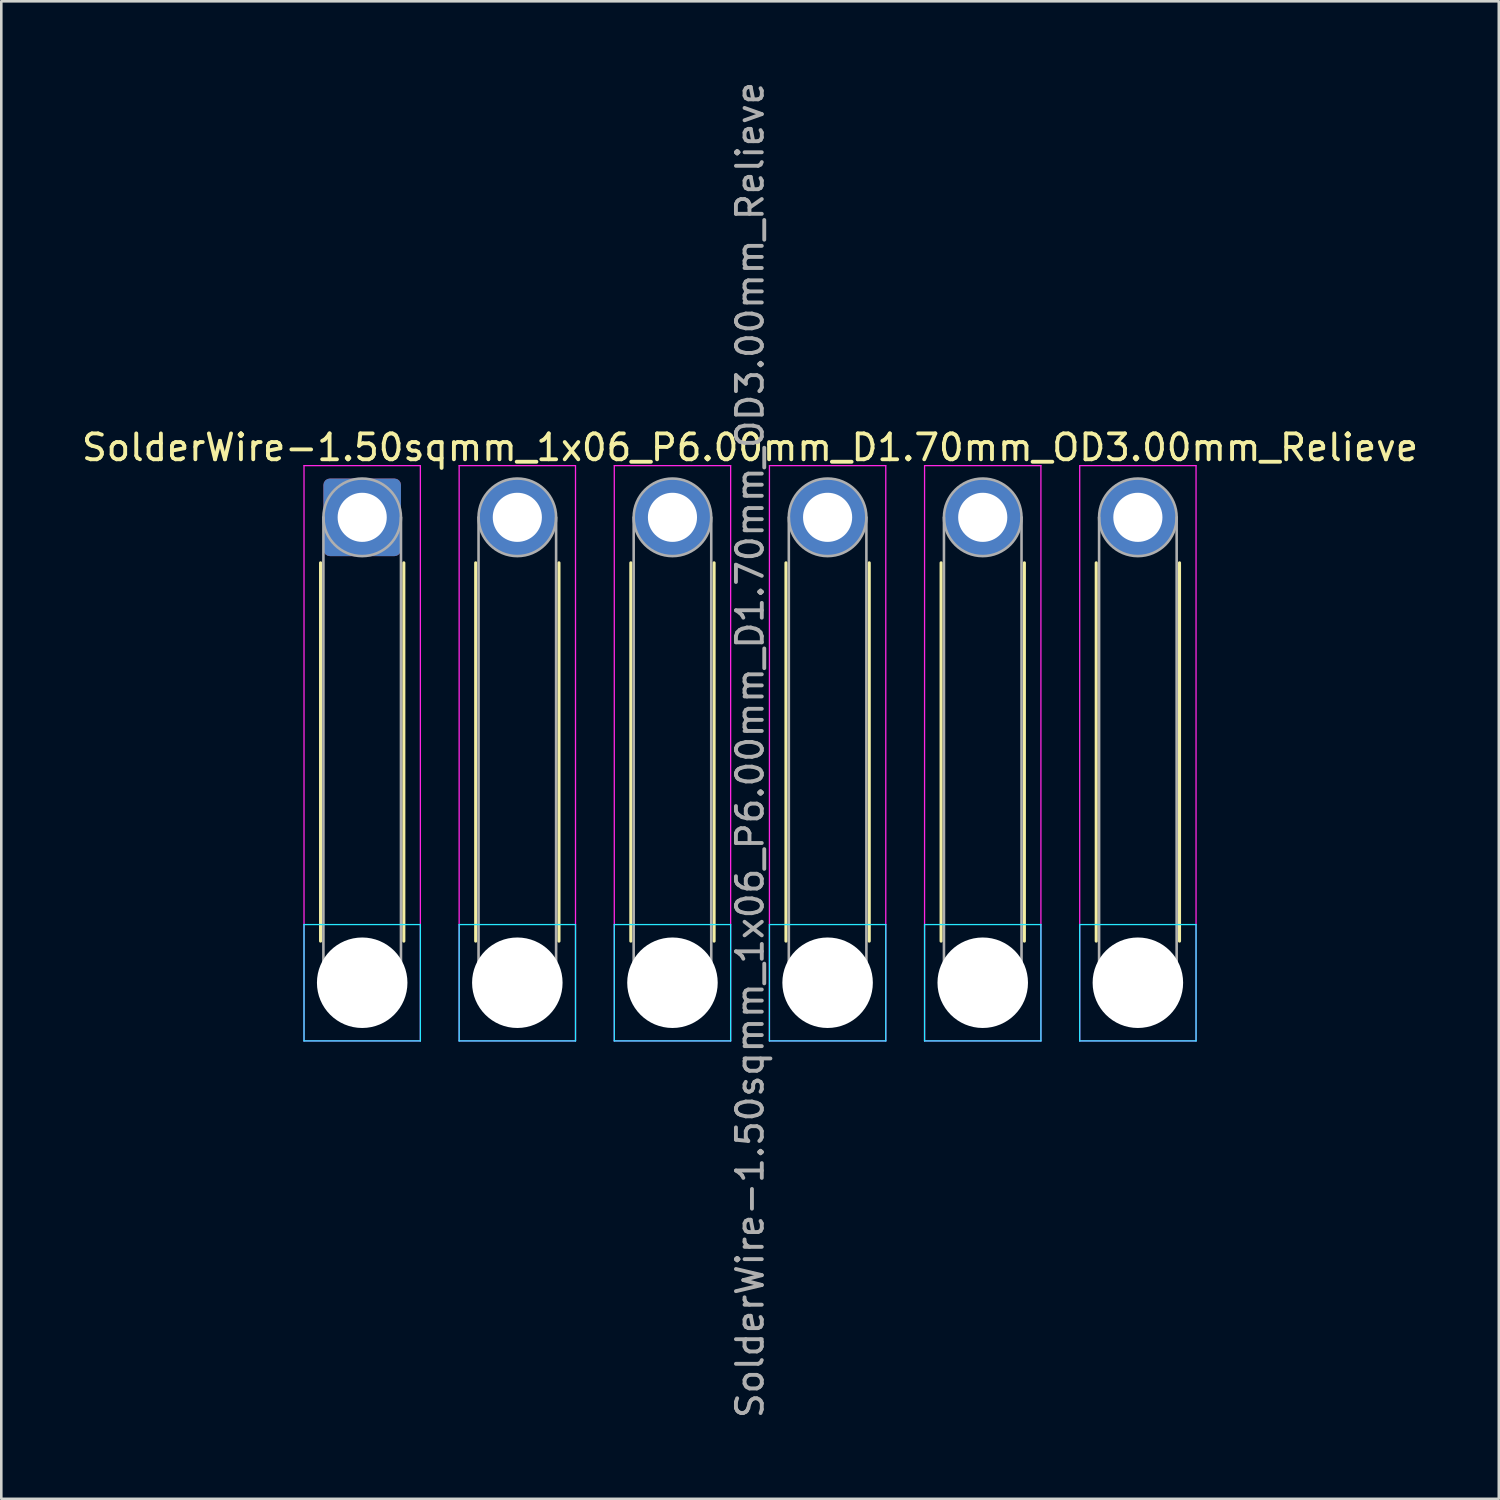
<source format=kicad_pcb>
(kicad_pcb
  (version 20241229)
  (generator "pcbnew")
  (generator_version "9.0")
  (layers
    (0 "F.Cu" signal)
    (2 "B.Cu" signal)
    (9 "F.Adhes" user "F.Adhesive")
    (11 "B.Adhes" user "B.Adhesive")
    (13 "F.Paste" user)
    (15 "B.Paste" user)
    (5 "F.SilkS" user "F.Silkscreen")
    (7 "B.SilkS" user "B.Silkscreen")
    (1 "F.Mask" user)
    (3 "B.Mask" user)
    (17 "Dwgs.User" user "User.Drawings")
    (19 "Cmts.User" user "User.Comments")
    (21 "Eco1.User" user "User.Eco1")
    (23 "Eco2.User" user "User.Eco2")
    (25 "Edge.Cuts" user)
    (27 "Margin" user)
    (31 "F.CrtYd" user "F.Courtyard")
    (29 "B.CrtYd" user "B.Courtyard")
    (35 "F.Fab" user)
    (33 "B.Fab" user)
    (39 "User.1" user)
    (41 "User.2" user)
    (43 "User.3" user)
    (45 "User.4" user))
  (footprint "SolderWire-1.50sqmm_1x06_P6.00mm_D1.70mm_OD3.00mm_Relieve"
    (layer "F.Cu")
    (at 10.958 16.958)
    (property "Reference" "SolderWire-1.50sqmm_1x06_P6.00mm_D1.70mm_OD3.00mm_Relieve" (at 15 -2.7 0) (layer "F.SilkS") (effects (font (size 1 1) (thickness 0.15))))
    (attr exclude_from_pos_files exclude_from_bom)
    (fp_line (start -1.61 1.76) (end -1.61 16.39) (stroke (width 0.12) (type solid)) (layer "F.SilkS"))
    (fp_line (start 1.61 1.76) (end 1.61 16.39) (stroke (width 0.12) (type solid)) (layer "F.SilkS"))
    (fp_line (start 4.39 1.76) (end 4.39 16.39) (stroke (width 0.12) (type solid)) (layer "F.SilkS"))
    (fp_line (start 7.61 1.76) (end 7.61 16.39) (stroke (width 0.12) (type solid)) (layer "F.SilkS"))
    (fp_line (start 10.39 1.76) (end 10.39 16.39) (stroke (width 0.12) (type solid)) (layer "F.SilkS"))
    (fp_line (start 13.61 1.76) (end 13.61 16.39) (stroke (width 0.12) (type solid)) (layer "F.SilkS"))
    (fp_line (start 16.39 1.76) (end 16.39 16.39) (stroke (width 0.12) (type solid)) (layer "F.SilkS"))
    (fp_line (start 19.61 1.76) (end 19.61 16.39) (stroke (width 0.12) (type solid)) (layer "F.SilkS"))
    (fp_line (start 22.39 1.76) (end 22.39 16.39) (stroke (width 0.12) (type solid)) (layer "F.SilkS"))
    (fp_line (start 25.61 1.76) (end 25.61 16.39) (stroke (width 0.12) (type solid)) (layer "F.SilkS"))
    (fp_line (start 28.39 1.76) (end 28.39 16.39) (stroke (width 0.12) (type solid)) (layer "F.SilkS"))
    (fp_line (start 31.61 1.76) (end 31.61 16.39) (stroke (width 0.12) (type solid)) (layer "F.SilkS"))
    (fp_line (start -2.25 15.75) (end -2.25 20.25) (stroke (width 0.05) (type solid)) (layer "B.CrtYd"))
    (fp_line (start -2.25 20.25) (end 2.25 20.25) (stroke (width 0.05) (type solid)) (layer "B.CrtYd"))
    (fp_line (start 2.25 15.75) (end -2.25 15.75) (stroke (width 0.05) (type solid)) (layer "B.CrtYd"))
    (fp_line (start 2.25 20.25) (end 2.25 15.75) (stroke (width 0.05) (type solid)) (layer "B.CrtYd"))
    (fp_line (start 3.75 15.75) (end 3.75 20.25) (stroke (width 0.05) (type solid)) (layer "B.CrtYd"))
    (fp_line (start 3.75 20.25) (end 8.25 20.25) (stroke (width 0.05) (type solid)) (layer "B.CrtYd"))
    (fp_line (start 8.25 15.75) (end 3.75 15.75) (stroke (width 0.05) (type solid)) (layer "B.CrtYd"))
    (fp_line (start 8.25 20.25) (end 8.25 15.75) (stroke (width 0.05) (type solid)) (layer "B.CrtYd"))
    (fp_line (start 9.75 15.75) (end 9.75 20.25) (stroke (width 0.05) (type solid)) (layer "B.CrtYd"))
    (fp_line (start 9.75 20.25) (end 14.25 20.25) (stroke (width 0.05) (type solid)) (layer "B.CrtYd"))
    (fp_line (start 14.25 15.75) (end 9.75 15.75) (stroke (width 0.05) (type solid)) (layer "B.CrtYd"))
    (fp_line (start 14.25 20.25) (end 14.25 15.75) (stroke (width 0.05) (type solid)) (layer "B.CrtYd"))
    (fp_line (start 15.75 15.75) (end 15.75 20.25) (stroke (width 0.05) (type solid)) (layer "B.CrtYd"))
    (fp_line (start 15.75 20.25) (end 20.25 20.25) (stroke (width 0.05) (type solid)) (layer "B.CrtYd"))
    (fp_line (start 20.25 15.75) (end 15.75 15.75) (stroke (width 0.05) (type solid)) (layer "B.CrtYd"))
    (fp_line (start 20.25 20.25) (end 20.25 15.75) (stroke (width 0.05) (type solid)) (layer "B.CrtYd"))
    (fp_line (start 21.75 15.75) (end 21.75 20.25) (stroke (width 0.05) (type solid)) (layer "B.CrtYd"))
    (fp_line (start 21.75 20.25) (end 26.25 20.25) (stroke (width 0.05) (type solid)) (layer "B.CrtYd"))
    (fp_line (start 26.25 15.75) (end 21.75 15.75) (stroke (width 0.05) (type solid)) (layer "B.CrtYd"))
    (fp_line (start 26.25 20.25) (end 26.25 15.75) (stroke (width 0.05) (type solid)) (layer "B.CrtYd"))
    (fp_line (start 27.75 15.75) (end 27.75 20.25) (stroke (width 0.05) (type solid)) (layer "B.CrtYd"))
    (fp_line (start 27.75 20.25) (end 32.25 20.25) (stroke (width 0.05) (type solid)) (layer "B.CrtYd"))
    (fp_line (start 32.25 15.75) (end 27.75 15.75) (stroke (width 0.05) (type solid)) (layer "B.CrtYd"))
    (fp_line (start 32.25 20.25) (end 32.25 15.75) (stroke (width 0.05) (type solid)) (layer "B.CrtYd"))
    (fp_line (start -2.25 -2) (end -2.25 20.25) (stroke (width 0.05) (type solid)) (layer "F.CrtYd"))
    (fp_line (start -2.25 20.25) (end 2.25 20.25) (stroke (width 0.05) (type solid)) (layer "F.CrtYd"))
    (fp_line (start 2.25 -2) (end -2.25 -2) (stroke (width 0.05) (type solid)) (layer "F.CrtYd"))
    (fp_line (start 2.25 20.25) (end 2.25 -2) (stroke (width 0.05) (type solid)) (layer "F.CrtYd"))
    (fp_line (start 3.75 -2) (end 3.75 20.25) (stroke (width 0.05) (type solid)) (layer "F.CrtYd"))
    (fp_line (start 3.75 20.25) (end 8.25 20.25) (stroke (width 0.05) (type solid)) (layer "F.CrtYd"))
    (fp_line (start 8.25 -2) (end 3.75 -2) (stroke (width 0.05) (type solid)) (layer "F.CrtYd"))
    (fp_line (start 8.25 20.25) (end 8.25 -2) (stroke (width 0.05) (type solid)) (layer "F.CrtYd"))
    (fp_line (start 9.75 -2) (end 9.75 20.25) (stroke (width 0.05) (type solid)) (layer "F.CrtYd"))
    (fp_line (start 9.75 20.25) (end 14.25 20.25) (stroke (width 0.05) (type solid)) (layer "F.CrtYd"))
    (fp_line (start 14.25 -2) (end 9.75 -2) (stroke (width 0.05) (type solid)) (layer "F.CrtYd"))
    (fp_line (start 14.25 20.25) (end 14.25 -2) (stroke (width 0.05) (type solid)) (layer "F.CrtYd"))
    (fp_line (start 15.75 -2) (end 15.75 20.25) (stroke (width 0.05) (type solid)) (layer "F.CrtYd"))
    (fp_line (start 15.75 20.25) (end 20.25 20.25) (stroke (width 0.05) (type solid)) (layer "F.CrtYd"))
    (fp_line (start 20.25 -2) (end 15.75 -2) (stroke (width 0.05) (type solid)) (layer "F.CrtYd"))
    (fp_line (start 20.25 20.25) (end 20.25 -2) (stroke (width 0.05) (type solid)) (layer "F.CrtYd"))
    (fp_line (start 21.75 -2) (end 21.75 20.25) (stroke (width 0.05) (type solid)) (layer "F.CrtYd"))
    (fp_line (start 21.75 20.25) (end 26.25 20.25) (stroke (width 0.05) (type solid)) (layer "F.CrtYd"))
    (fp_line (start 26.25 -2) (end 21.75 -2) (stroke (width 0.05) (type solid)) (layer "F.CrtYd"))
    (fp_line (start 26.25 20.25) (end 26.25 -2) (stroke (width 0.05) (type solid)) (layer "F.CrtYd"))
    (fp_line (start 27.75 -2) (end 27.75 20.25) (stroke (width 0.05) (type solid)) (layer "F.CrtYd"))
    (fp_line (start 27.75 20.25) (end 32.25 20.25) (stroke (width 0.05) (type solid)) (layer "F.CrtYd"))
    (fp_line (start 32.25 -2) (end 27.75 -2) (stroke (width 0.05) (type solid)) (layer "F.CrtYd"))
    (fp_line (start 32.25 20.25) (end 32.25 -2) (stroke (width 0.05) (type solid)) (layer "F.CrtYd"))
    (fp_line (start -1.5 0) (end -1.5 18) (stroke (width 0.1) (type solid)) (layer "F.Fab"))
    (fp_line (start 1.5 0) (end 1.5 18) (stroke (width 0.1) (type solid)) (layer "F.Fab"))
    (fp_line (start 4.5 0) (end 4.5 18) (stroke (width 0.1) (type solid)) (layer "F.Fab"))
    (fp_line (start 7.5 0) (end 7.5 18) (stroke (width 0.1) (type solid)) (layer "F.Fab"))
    (fp_line (start 10.5 0) (end 10.5 18) (stroke (width 0.1) (type solid)) (layer "F.Fab"))
    (fp_line (start 13.5 0) (end 13.5 18) (stroke (width 0.1) (type solid)) (layer "F.Fab"))
    (fp_line (start 16.5 0) (end 16.5 18) (stroke (width 0.1) (type solid)) (layer "F.Fab"))
    (fp_line (start 19.5 0) (end 19.5 18) (stroke (width 0.1) (type solid)) (layer "F.Fab"))
    (fp_line (start 22.5 0) (end 22.5 18) (stroke (width 0.1) (type solid)) (layer "F.Fab"))
    (fp_line (start 25.5 0) (end 25.5 18) (stroke (width 0.1) (type solid)) (layer "F.Fab"))
    (fp_line (start 28.5 0) (end 28.5 18) (stroke (width 0.1) (type solid)) (layer "F.Fab"))
    (fp_line (start 31.5 0) (end 31.5 18) (stroke (width 0.1) (type solid)) (layer "F.Fab"))
    (fp_circle (center 0 0) (end 1.5 0) (stroke (width 0.1) (type solid)) (fill no) (layer "F.Fab"))
    (fp_circle (center 0 18) (end 1.5 18) (stroke (width 0.1) (type solid)) (fill no) (layer "F.Fab"))
    (fp_circle (center 6 0) (end 7.5 0) (stroke (width 0.1) (type solid)) (fill no) (layer "F.Fab"))
    (fp_circle (center 6 18) (end 7.5 18) (stroke (width 0.1) (type solid)) (fill no) (layer "F.Fab"))
    (fp_circle (center 12 0) (end 13.5 0) (stroke (width 0.1) (type solid)) (fill no) (layer "F.Fab"))
    (fp_circle (center 12 18) (end 13.5 18) (stroke (width 0.1) (type solid)) (fill no) (layer "F.Fab"))
    (fp_circle (center 18 0) (end 19.5 0) (stroke (width 0.1) (type solid)) (fill no) (layer "F.Fab"))
    (fp_circle (center 18 18) (end 19.5 18) (stroke (width 0.1) (type solid)) (fill no) (layer "F.Fab"))
    (fp_circle (center 24 0) (end 25.5 0) (stroke (width 0.1) (type solid)) (fill no) (layer "F.Fab"))
    (fp_circle (center 24 18) (end 25.5 18) (stroke (width 0.1) (type solid)) (fill no) (layer "F.Fab"))
    (fp_circle (center 30 0) (end 31.5 0) (stroke (width 0.1) (type solid)) (fill no) (layer "F.Fab"))
    (fp_circle (center 30 18) (end 31.5 18) (stroke (width 0.1) (type solid)) (fill no) (layer "F.Fab"))
    (fp_text user "${REFERENCE}" (at 15 9 90) (layer "F.Fab") (effects (font (size 1 1) (thickness 0.15))))
    (pad "" np_thru_hole circle (at 0 18) (size 3.5 3.5) (drill 3.5) (layers "*.Cu" "*.Mask"))
    (pad "" np_thru_hole circle (at 6 18) (size 3.5 3.5) (drill 3.5) (layers "*.Cu" "*.Mask"))
    (pad "" np_thru_hole circle (at 12 18) (size 3.5 3.5) (drill 3.5) (layers "*.Cu" "*.Mask"))
    (pad "" np_thru_hole circle (at 18 18) (size 3.5 3.5) (drill 3.5) (layers "*.Cu" "*.Mask"))
    (pad "" np_thru_hole circle (at 24 18) (size 3.5 3.5) (drill 3.5) (layers "*.Cu" "*.Mask"))
    (pad "" np_thru_hole circle (at 30 18) (size 3.5 3.5) (drill 3.5) (layers "*.Cu" "*.Mask"))
    (pad "1" thru_hole roundrect (at 0 0) (size 3 3) (drill 1.9) (layers "*.Cu" "*.Mask") (roundrect_rratio 0.083))
    (pad "2" thru_hole circle (at 6 0) (size 3 3) (drill 1.9) (layers "*.Cu" "*.Mask"))
    (pad "3" thru_hole circle (at 12 0) (size 3 3) (drill 1.9) (layers "*.Cu" "*.Mask"))
    (pad "4" thru_hole circle (at 18 0) (size 3 3) (drill 1.9) (layers "*.Cu" "*.Mask"))
    (pad "5" thru_hole circle (at 24 0) (size 3 3) (drill 1.9) (layers "*.Cu" "*.Mask"))
    (pad "6" thru_hole circle (at 30 0) (size 3 3) (drill 1.9) (layers "*.Cu" "*.Mask")))
  (gr_rect
    (start -3 -3)
    (end 54.917 54.917)
    (stroke (width 0.1) (type default))
    (fill no)
    (layer "Edge.Cuts")))
</source>
